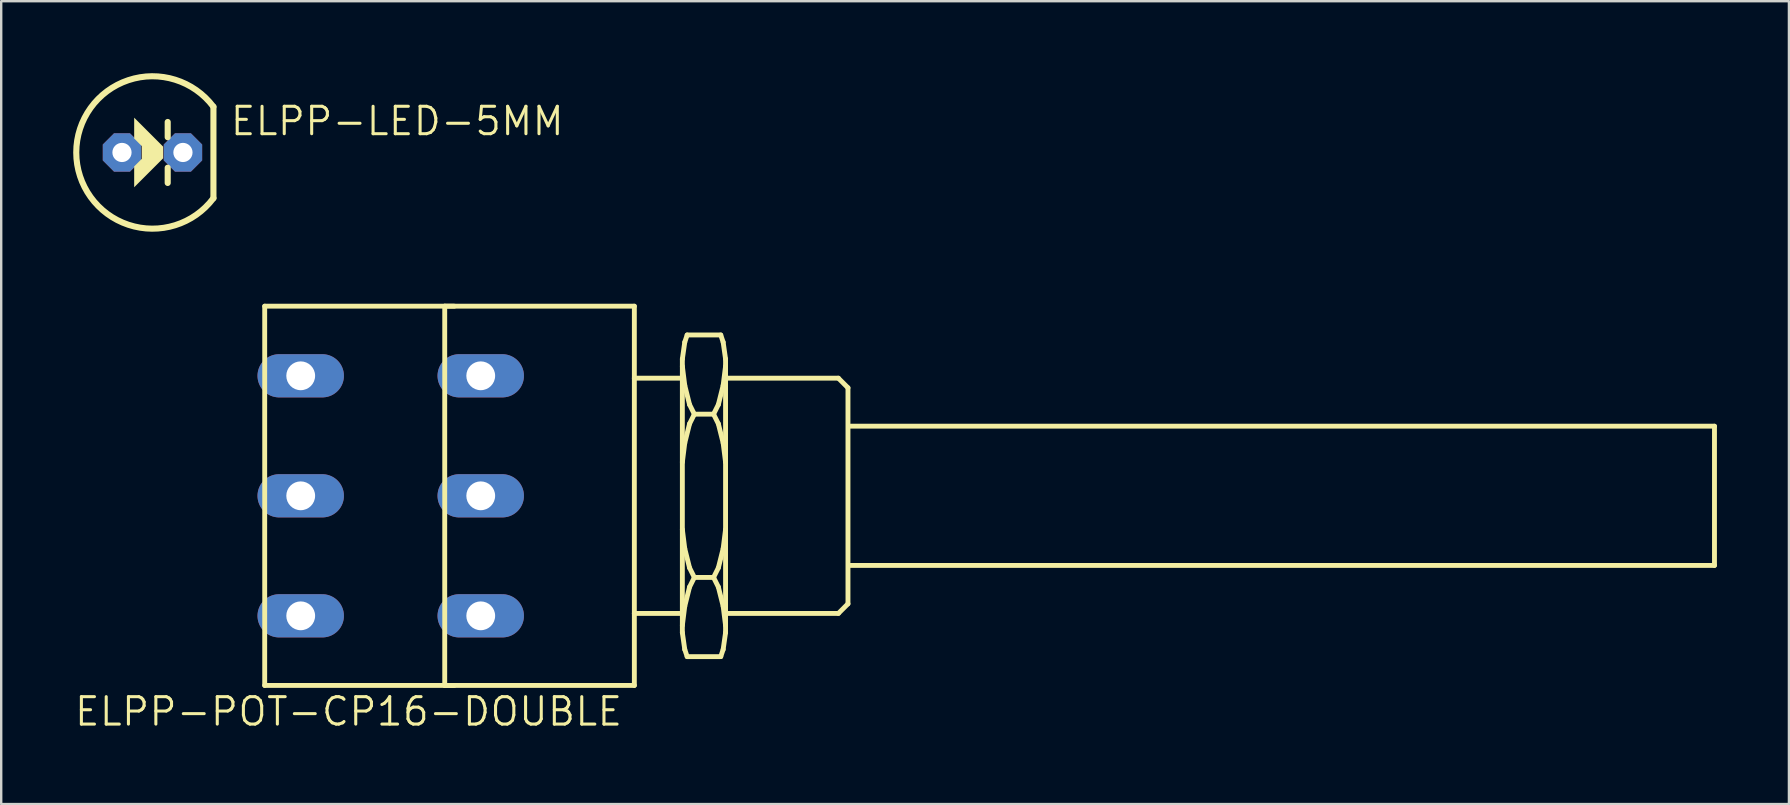
<source format=kicad_pcb>
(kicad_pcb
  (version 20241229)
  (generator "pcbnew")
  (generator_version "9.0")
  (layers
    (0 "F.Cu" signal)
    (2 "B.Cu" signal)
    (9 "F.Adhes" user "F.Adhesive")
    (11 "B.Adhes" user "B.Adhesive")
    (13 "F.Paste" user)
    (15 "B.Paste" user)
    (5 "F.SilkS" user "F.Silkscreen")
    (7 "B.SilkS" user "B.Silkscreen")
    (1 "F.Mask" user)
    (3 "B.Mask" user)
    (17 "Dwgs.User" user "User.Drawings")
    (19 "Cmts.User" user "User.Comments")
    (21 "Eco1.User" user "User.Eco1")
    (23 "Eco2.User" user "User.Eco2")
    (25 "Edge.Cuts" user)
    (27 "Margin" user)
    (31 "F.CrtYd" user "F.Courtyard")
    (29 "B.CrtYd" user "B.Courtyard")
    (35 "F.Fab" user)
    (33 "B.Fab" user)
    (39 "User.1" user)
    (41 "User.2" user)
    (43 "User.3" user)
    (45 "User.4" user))
  (footprint "ELPP-POT-CP16-DOUBLE"
    (layer "F.Cu")
    (at 17.128 17.606)
    (property "Reference" "ELPP-POT-CP16-DOUBLE" (at 5.83 8.32 0) (unlocked yes) (layer "F.SilkS") (effects (font (size 1.143 1.143) (thickness 0.127)) (justify right top)))
    (fp_line (start -9.15 7.9) (end -9.15 -7.9) (stroke (width 0.203) (type solid)) (layer "F.SilkS"))
    (fp_line (start -9.15 7.9) (end -1.25 7.9) (stroke (width 0.203) (type solid)) (layer "F.SilkS"))
    (fp_line (start -1.65 7.9) (end -1.65 -7.9) (stroke (width 0.203) (type solid)) (layer "F.SilkS"))
    (fp_line (start -1.65 7.9) (end 6.25 7.9) (stroke (width 0.203) (type solid)) (layer "F.SilkS"))
    (fp_line (start -1.25 -7.9) (end -9.15 -7.9) (stroke (width 0.203) (type solid)) (layer "F.SilkS"))
    (fp_line (start 6.25 -7.9) (end -1.65 -7.9) (stroke (width 0.203) (type solid)) (layer "F.SilkS"))
    (fp_line (start 6.25 -4.9) (end 6.25 -7.9) (stroke (width 0.203) (type solid)) (layer "F.SilkS"))
    (fp_line (start 6.25 -4.9) (end 8.25 -4.9) (stroke (width 0.203) (type solid)) (layer "F.SilkS"))
    (fp_line (start 6.25 4.9) (end 6.25 -4.9) (stroke (width 0.203) (type solid)) (layer "F.SilkS"))
    (fp_line (start 6.25 4.9) (end 8.25 4.9) (stroke (width 0.203) (type solid)) (layer "F.SilkS"))
    (fp_line (start 6.25 7.9) (end 6.25 4.9) (stroke (width 0.203) (type solid)) (layer "F.SilkS"))
    (fp_line (start 8.25 -5.7) (end 8.35 -6.4) (stroke (width 0.203) (type solid)) (layer "F.SilkS"))
    (fp_line (start 8.25 -4.9) (end 8.25 -5.7) (stroke (width 0.203) (type solid)) (layer "F.SilkS"))
    (fp_line (start 8.25 4.9) (end 8.25 -4.9) (stroke (width 0.203) (type solid)) (layer "F.SilkS"))
    (fp_line (start 8.25 5.7) (end 8.25 4.9) (stroke (width 0.203) (type solid)) (layer "F.SilkS"))
    (fp_line (start 8.35 -6.4) (end 8.45 -6.7) (stroke (width 0.203) (type solid)) (layer "F.SilkS"))
    (fp_line (start 8.35 -4.6) (end 8.25 -5.4) (stroke (width 0.203) (type solid)) (layer "F.SilkS"))
    (fp_line (start 8.35 -2.2) (end 8.25 -1.4) (stroke (width 0.203) (type solid)) (layer "F.SilkS"))
    (fp_line (start 8.35 2.2) (end 8.25 1.4) (stroke (width 0.203) (type solid)) (layer "F.SilkS"))
    (fp_line (start 8.35 4.6) (end 8.25 5.4) (stroke (width 0.203) (type solid)) (layer "F.SilkS"))
    (fp_line (start 8.35 6.4) (end 8.25 5.7) (stroke (width 0.203) (type solid)) (layer "F.SilkS"))
    (fp_line (start 8.45 -6.7) (end 9.85 -6.7) (stroke (width 0.203) (type solid)) (layer "F.SilkS"))
    (fp_line (start 8.45 6.7) (end 8.35 6.4) (stroke (width 0.203) (type solid)) (layer "F.SilkS"))
    (fp_line (start 8.55 -3.8) (end 8.35 -4.6) (stroke (width 0.203) (type solid)) (layer "F.SilkS"))
    (fp_line (start 8.55 -3) (end 8.35 -2.2) (stroke (width 0.203) (type solid)) (layer "F.SilkS"))
    (fp_line (start 8.55 3) (end 8.35 2.2) (stroke (width 0.203) (type solid)) (layer "F.SilkS"))
    (fp_line (start 8.55 3.8) (end 8.35 4.6) (stroke (width 0.203) (type solid)) (layer "F.SilkS"))
    (fp_line (start 8.75 -3.4) (end 8.55 -3.8) (stroke (width 0.203) (type solid)) (layer "F.SilkS"))
    (fp_line (start 8.75 -3.4) (end 8.55 -3) (stroke (width 0.203) (type solid)) (layer "F.SilkS"))
    (fp_line (start 8.75 -3.4) (end 9.55 -3.4) (stroke (width 0.203) (type solid)) (layer "F.SilkS"))
    (fp_line (start 8.75 3.4) (end 8.55 3) (stroke (width 0.203) (type solid)) (layer "F.SilkS"))
    (fp_line (start 8.75 3.4) (end 8.55 3.8) (stroke (width 0.203) (type solid)) (layer "F.SilkS"))
    (fp_line (start 8.75 3.4) (end 9.55 3.4) (stroke (width 0.203) (type solid)) (layer "F.SilkS"))
    (fp_line (start 9.55 -3.4) (end 9.75 -3.8) (stroke (width 0.203) (type solid)) (layer "F.SilkS"))
    (fp_line (start 9.55 -3.4) (end 9.75 -3) (stroke (width 0.203) (type solid)) (layer "F.SilkS"))
    (fp_line (start 9.55 3.4) (end 9.75 3) (stroke (width 0.203) (type solid)) (layer "F.SilkS"))
    (fp_line (start 9.55 3.4) (end 9.75 3.8) (stroke (width 0.203) (type solid)) (layer "F.SilkS"))
    (fp_line (start 9.75 -3.8) (end 9.95 -4.6) (stroke (width 0.203) (type solid)) (layer "F.SilkS"))
    (fp_line (start 9.75 -3) (end 9.95 -2.2) (stroke (width 0.203) (type solid)) (layer "F.SilkS"))
    (fp_line (start 9.75 3) (end 9.95 2.2) (stroke (width 0.203) (type solid)) (layer "F.SilkS"))
    (fp_line (start 9.75 3.8) (end 9.95 4.6) (stroke (width 0.203) (type solid)) (layer "F.SilkS"))
    (fp_line (start 9.85 -6.7) (end 9.95 -6.4) (stroke (width 0.203) (type solid)) (layer "F.SilkS"))
    (fp_line (start 9.85 6.7) (end 8.45 6.7) (stroke (width 0.203) (type solid)) (layer "F.SilkS"))
    (fp_line (start 9.95 -6.4) (end 10.05 -5.7) (stroke (width 0.203) (type solid)) (layer "F.SilkS"))
    (fp_line (start 9.95 -4.6) (end 10.05 -5.4) (stroke (width 0.203) (type solid)) (layer "F.SilkS"))
    (fp_line (start 9.95 -2.2) (end 10.05 -1.4) (stroke (width 0.203) (type solid)) (layer "F.SilkS"))
    (fp_line (start 9.95 2.2) (end 10.05 1.4) (stroke (width 0.203) (type solid)) (layer "F.SilkS"))
    (fp_line (start 9.95 4.6) (end 10.05 5.4) (stroke (width 0.203) (type solid)) (layer "F.SilkS"))
    (fp_line (start 9.95 6.4) (end 9.85 6.7) (stroke (width 0.203) (type solid)) (layer "F.SilkS"))
    (fp_line (start 10.05 -5.7) (end 10.05 -4.9) (stroke (width 0.203) (type solid)) (layer "F.SilkS"))
    (fp_line (start 10.05 -4.9) (end 10.05 4.9) (stroke (width 0.203) (type solid)) (layer "F.SilkS"))
    (fp_line (start 10.05 -4.9) (end 14.75 -4.9) (stroke (width 0.203) (type solid)) (layer "F.SilkS"))
    (fp_line (start 10.05 4.9) (end 10.05 5.7) (stroke (width 0.203) (type solid)) (layer "F.SilkS"))
    (fp_line (start 10.05 4.9) (end 14.75 4.9) (stroke (width 0.203) (type solid)) (layer "F.SilkS"))
    (fp_line (start 10.05 5.7) (end 9.95 6.4) (stroke (width 0.203) (type solid)) (layer "F.SilkS"))
    (fp_line (start 14.75 4.9) (end 15.15 4.5) (stroke (width 0.203) (type solid)) (layer "F.SilkS"))
    (fp_line (start 15.15 -4.5) (end 14.75 -4.9) (stroke (width 0.203) (type solid)) (layer "F.SilkS"))
    (fp_line (start 15.15 4.5) (end 15.15 -4.5) (stroke (width 0.203) (type solid)) (layer "F.SilkS"))
    (fp_line (start 15.25 -2.9) (end 51.25 -2.9) (stroke (width 0.203) (type solid)) (layer "F.SilkS"))
    (fp_line (start 15.25 2.9) (end 51.25 2.9) (stroke (width 0.203) (type solid)) (layer "F.SilkS"))
    (fp_line (start 51.25 2.9) (end 51.25 -2.9) (stroke (width 0.203) (type solid)) (layer "F.SilkS"))
    (pad "1A" thru_hole oval (at -0.15 5 180) (size 3.6 1.8) (drill 1.2) (layers "*.Cu" "*.Mask"))
    (pad "1E" thru_hole oval (at -0.15 -5 180) (size 3.6 1.8) (drill 1.2) (layers "*.Cu" "*.Mask"))
    (pad "1S" thru_hole oval (at -0.15 0 180) (size 3.6 1.8) (drill 1.2) (layers "*.Cu" "*.Mask"))
    (pad "2A" thru_hole oval (at -7.65 5 180) (size 3.6 1.8) (drill 1.2) (layers "*.Cu" "*.Mask"))
    (pad "2E" thru_hole oval (at -7.65 -5 180) (size 3.6 1.8) (drill 1.2) (layers "*.Cu" "*.Mask"))
    (pad "2S" thru_hole oval (at -7.65 0 180) (size 3.6 1.8) (drill 1.2) (layers "*.Cu" "*.Mask")))
  (footprint "ELPP-LED-5MM"
    (layer "F.Cu")
    (at 3.302 3.302)
    (property "Reference" "ELPP-LED-5MM" (at 3.175 -0.635 0) (unlocked yes) (layer "F.SilkS") (effects (font (size 1.143 1.143) (thickness 0.127)) (justify left bottom)))
    (fp_line (start 0.635 -1.27) (end 0.635 -0.635) (stroke (width 0.254) (type solid)) (layer "F.SilkS"))
    (fp_line (start 0.635 0.635) (end 0.635 1.27) (stroke (width 0.254) (type solid)) (layer "F.SilkS"))
    (fp_line (start 2.54 1.905) (end 2.54 -1.905) (stroke (width 0.254) (type solid)) (layer "F.SilkS"))
    (fp_arc (start 2.54 1.905) (mid -3.175 0) (end 2.54 -1.905) (stroke (width 0.254) (type solid)) (layer "F.SilkS"))
    (fp_poly (pts (xy 0.445 -0.243) (xy 0.445 0.243) (xy -0.762 1.45) (xy -0.762 0.582) (xy -0.445 0.265) (xy -0.445 -0.265) (xy -0.762 -0.582) (xy -0.762 -1.45)) (stroke (width 0) (type default)) (fill yes) (layer "F.SilkS"))
    (pad "A" thru_hole roundrect (at -1.27 0) (size 1.6 1.6) (drill 0.8) (layers "*.Cu" "*.Mask") (roundrect_rratio 0.25) (chamfer_ratio 0.293) (chamfer top_left top_right bottom_left bottom_right))
    (pad "C" thru_hole roundrect (at 1.27 0) (size 1.6 1.6) (drill 0.8) (layers "*.Cu" "*.Mask") (roundrect_rratio 0.25) (chamfer_ratio 0.293) (chamfer top_left top_right bottom_left bottom_right)))
  (gr_rect
    (start -3 -3)
    (end 71.48 30.45)
    (stroke (width 0.1) (type default))
    (fill no)
    (layer "Edge.Cuts")))
</source>
